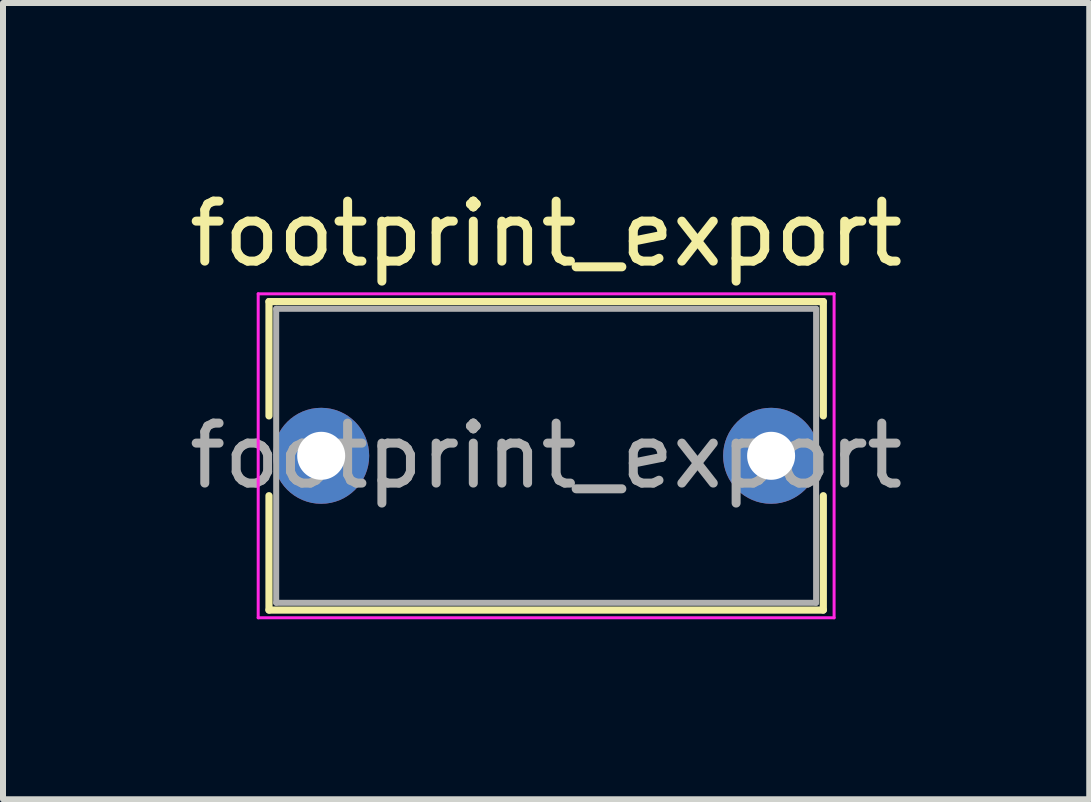
<source format=kicad_pcb>
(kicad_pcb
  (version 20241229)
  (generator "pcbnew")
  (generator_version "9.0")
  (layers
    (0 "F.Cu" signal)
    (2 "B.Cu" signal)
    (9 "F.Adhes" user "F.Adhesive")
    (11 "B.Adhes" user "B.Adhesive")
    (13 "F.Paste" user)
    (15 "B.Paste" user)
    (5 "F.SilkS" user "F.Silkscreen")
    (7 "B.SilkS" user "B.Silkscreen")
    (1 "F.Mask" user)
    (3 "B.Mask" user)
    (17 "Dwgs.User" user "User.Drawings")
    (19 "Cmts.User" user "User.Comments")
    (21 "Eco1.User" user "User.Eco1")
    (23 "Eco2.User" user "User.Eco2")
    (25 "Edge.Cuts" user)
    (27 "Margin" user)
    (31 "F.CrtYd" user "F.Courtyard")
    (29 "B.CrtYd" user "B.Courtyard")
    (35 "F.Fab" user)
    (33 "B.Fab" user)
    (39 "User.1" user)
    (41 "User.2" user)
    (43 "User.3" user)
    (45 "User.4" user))
  (footprint "footprint_export"
    (layer "F.Cu")
    (at 2.304 4.548)
    (property "Reference" "footprint_export" (at 3.75 -3.7 0) (layer "F.SilkS") (effects (font (size 1 1) (thickness 0.15))))
    (attr through_hole)
    (fp_line (start -0.87 -2.571) (end -0.87 -0.665) (stroke (width 0.12) (type solid)) (layer "F.SilkS"))
    (fp_line (start -0.87 -2.571) (end 8.37 -2.571) (stroke (width 0.12) (type solid)) (layer "F.SilkS"))
    (fp_line (start -0.87 0.665) (end -0.87 2.571) (stroke (width 0.12) (type solid)) (layer "F.SilkS"))
    (fp_line (start -0.87 2.571) (end 8.37 2.571) (stroke (width 0.12) (type solid)) (layer "F.SilkS"))
    (fp_line (start 8.37 -2.571) (end 8.37 -0.665) (stroke (width 0.12) (type solid)) (layer "F.SilkS"))
    (fp_line (start 8.37 0.665) (end 8.37 2.571) (stroke (width 0.12) (type solid)) (layer "F.SilkS"))
    (fp_line (start -1.05 -2.7) (end -1.05 2.7) (stroke (width 0.05) (type solid)) (layer "F.CrtYd"))
    (fp_line (start -1.05 2.7) (end 8.55 2.7) (stroke (width 0.05) (type solid)) (layer "F.CrtYd"))
    (fp_line (start 8.55 -2.7) (end -1.05 -2.7) (stroke (width 0.05) (type solid)) (layer "F.CrtYd"))
    (fp_line (start 8.55 2.7) (end 8.55 -2.7) (stroke (width 0.05) (type solid)) (layer "F.CrtYd"))
    (fp_line (start -0.75 -2.45) (end -0.75 2.45) (stroke (width 0.1) (type solid)) (layer "F.Fab"))
    (fp_line (start -0.75 2.45) (end 8.25 2.45) (stroke (width 0.1) (type solid)) (layer "F.Fab"))
    (fp_line (start 8.25 -2.45) (end -0.75 -2.45) (stroke (width 0.1) (type solid)) (layer "F.Fab"))
    (fp_line (start 8.25 2.45) (end 8.25 -2.45) (stroke (width 0.1) (type solid)) (layer "F.Fab"))
    (fp_text user "${REFERENCE}" (at 3.75 0 0) (layer "F.Fab") (effects (font (size 1 1) (thickness 0.15))))
    (pad "1" thru_hole circle (at 0 0) (size 1.6 1.6) (drill 0.8) (layers "*.Cu" "*.Mask"))
    (pad "2" thru_hole circle (at 7.5 0) (size 1.6 1.6) (drill 0.8) (layers "*.Cu" "*.Mask")))
  (gr_rect
    (start -3 -3)
    (end 15.107 10.273)
    (stroke (width 0.1) (type default))
    (fill no)
    (layer "Edge.Cuts")))
</source>
